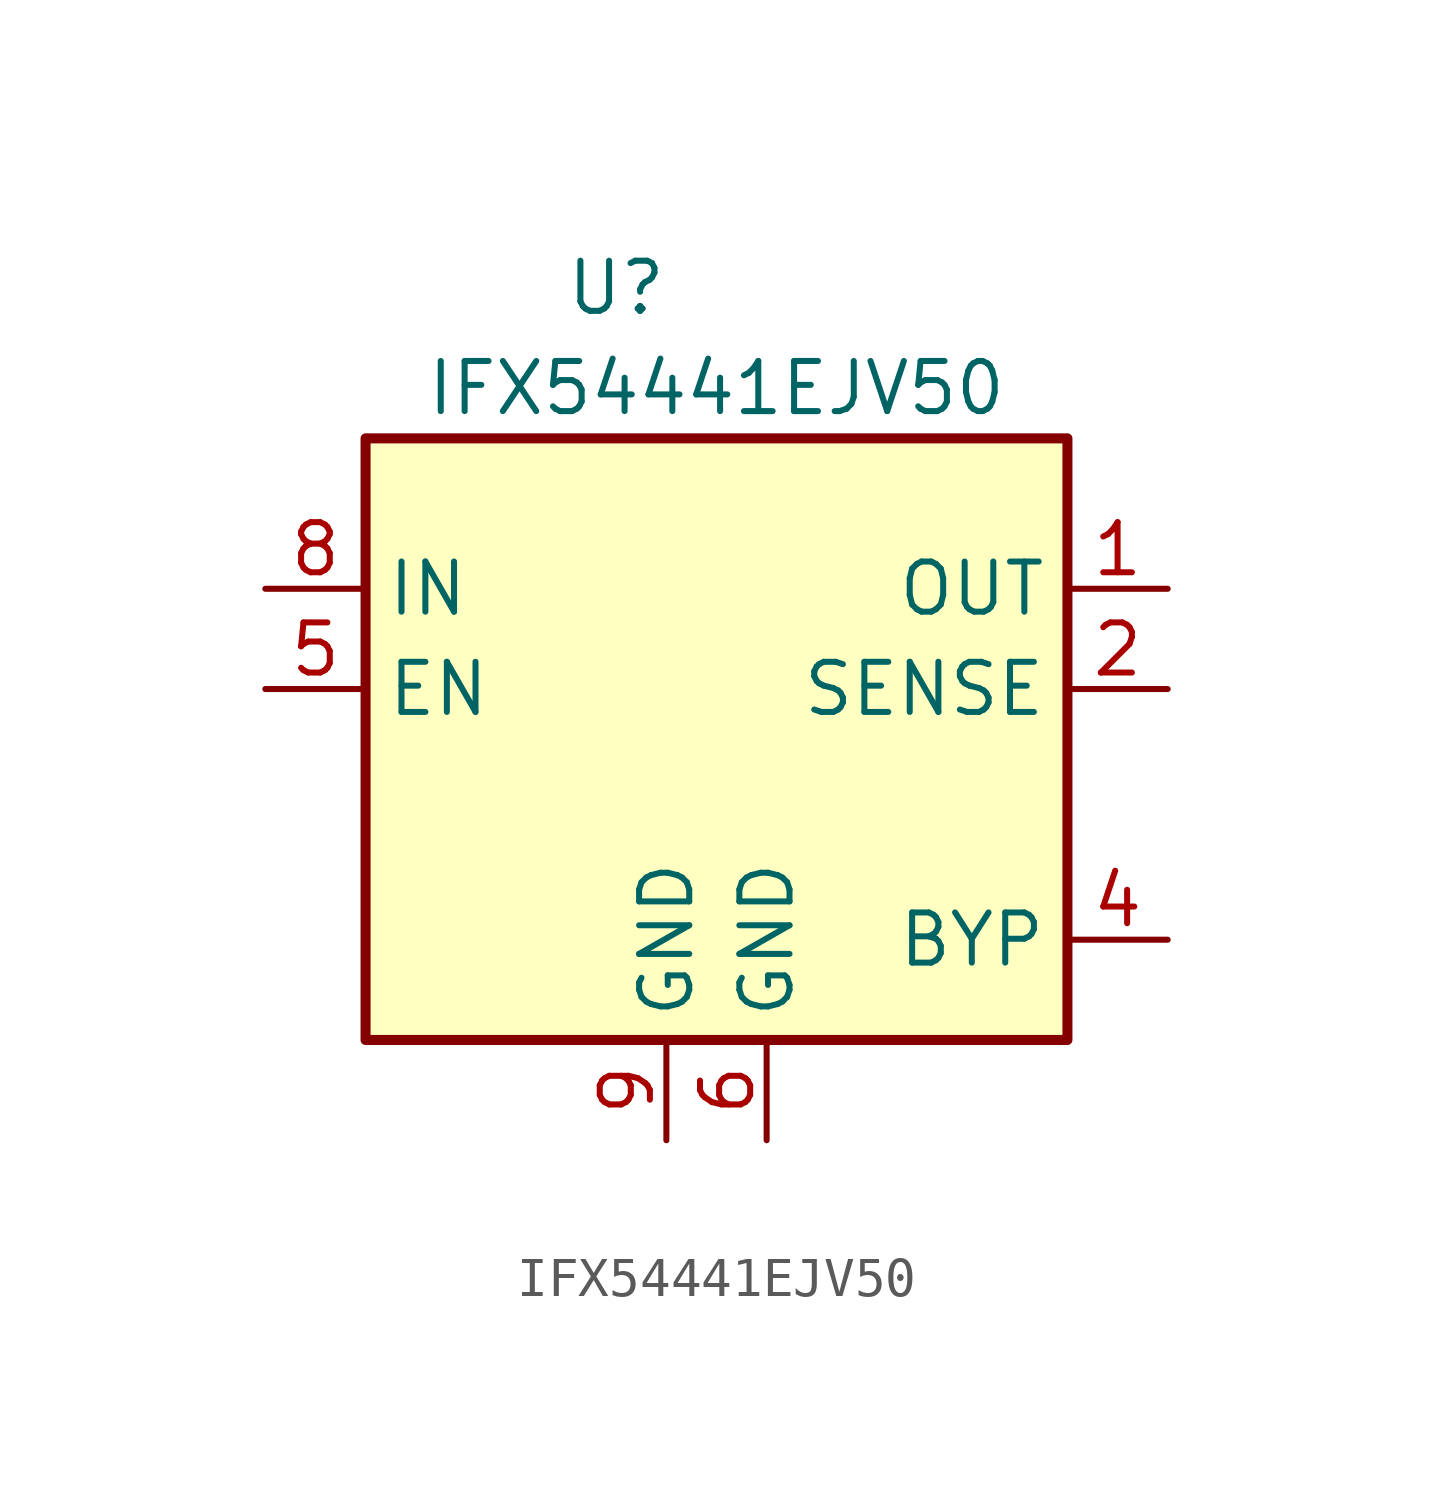
<source format=kicad_sym>
(kicad_symbol_lib
  (version 20211014)
  (generator kicad_symbol_editor)
  (symbol "IFX54441EJV50"
    (property "Reference" "U"
      (at -2.54 11.43 0)
      (effects (font (size 1.27 1.27))))
    (property "Value" "IFX54441EJV50"
      (at 0 8.89 0)
      (effects (font (size 1.27 1.27))))
    (symbol "IFX54441EJV50_0_1"
      (rectangle (start -8.89 7.62) (end 8.89 -7.62) (stroke (width 0.254) (type default) (color 0 0 0 0)) (fill (type background))))
    (symbol "IFX54441EJV50_1_1"
      (pin power_out line (at 11.43 3.81 180) (length 2.54) (name "OUT" (effects (font (size 1.27 1.27)))) (number "1" (effects (font (size 1.27 1.27)))))
      (pin input line (at 11.43 1.27 180) (length 2.54) (name "SENSE" (effects (font (size 1.27 1.27)))) (number "2" (effects (font (size 1.27 1.27)))))
      (pin no_connect line (at 11.43 -1.27 180) (length 2.54) hide (name "NC" (effects (font (size 1.27 1.27)))) (number "3" (effects (font (size 1.27 1.27)))))
      (pin output line (at 11.43 -5.08 180) (length 2.54) (name "BYP" (effects (font (size 1.27 1.27)))) (number "4" (effects (font (size 1.27 1.27)))))
      (pin input line (at -11.43 1.27 0) (length 2.54) (name "EN" (effects (font (size 1.27 1.27)))) (number "5" (effects (font (size 1.27 1.27)))))
      (pin power_in line (at 1.27 -10.16 90) (length 2.54) (name "GND" (effects (font (size 1.27 1.27)))) (number "6" (effects (font (size 1.27 1.27)))))
      (pin no_connect line (at -11.43 -1.27 0) (length 2.54) hide (name "NC" (effects (font (size 1.27 1.27)))) (number "7" (effects (font (size 1.27 1.27)))))
      (pin input line (at -11.43 3.81 0) (length 2.54) (name "IN" (effects (font (size 1.27 1.27)))) (number "8" (effects (font (size 1.27 1.27)))))
      (pin power_in line (at -1.27 -10.16 90) (length 2.54) (name "GND" (effects (font (size 1.27 1.27)))) (number "9" (effects (font (size 1.27 1.27))))))))
</source>
